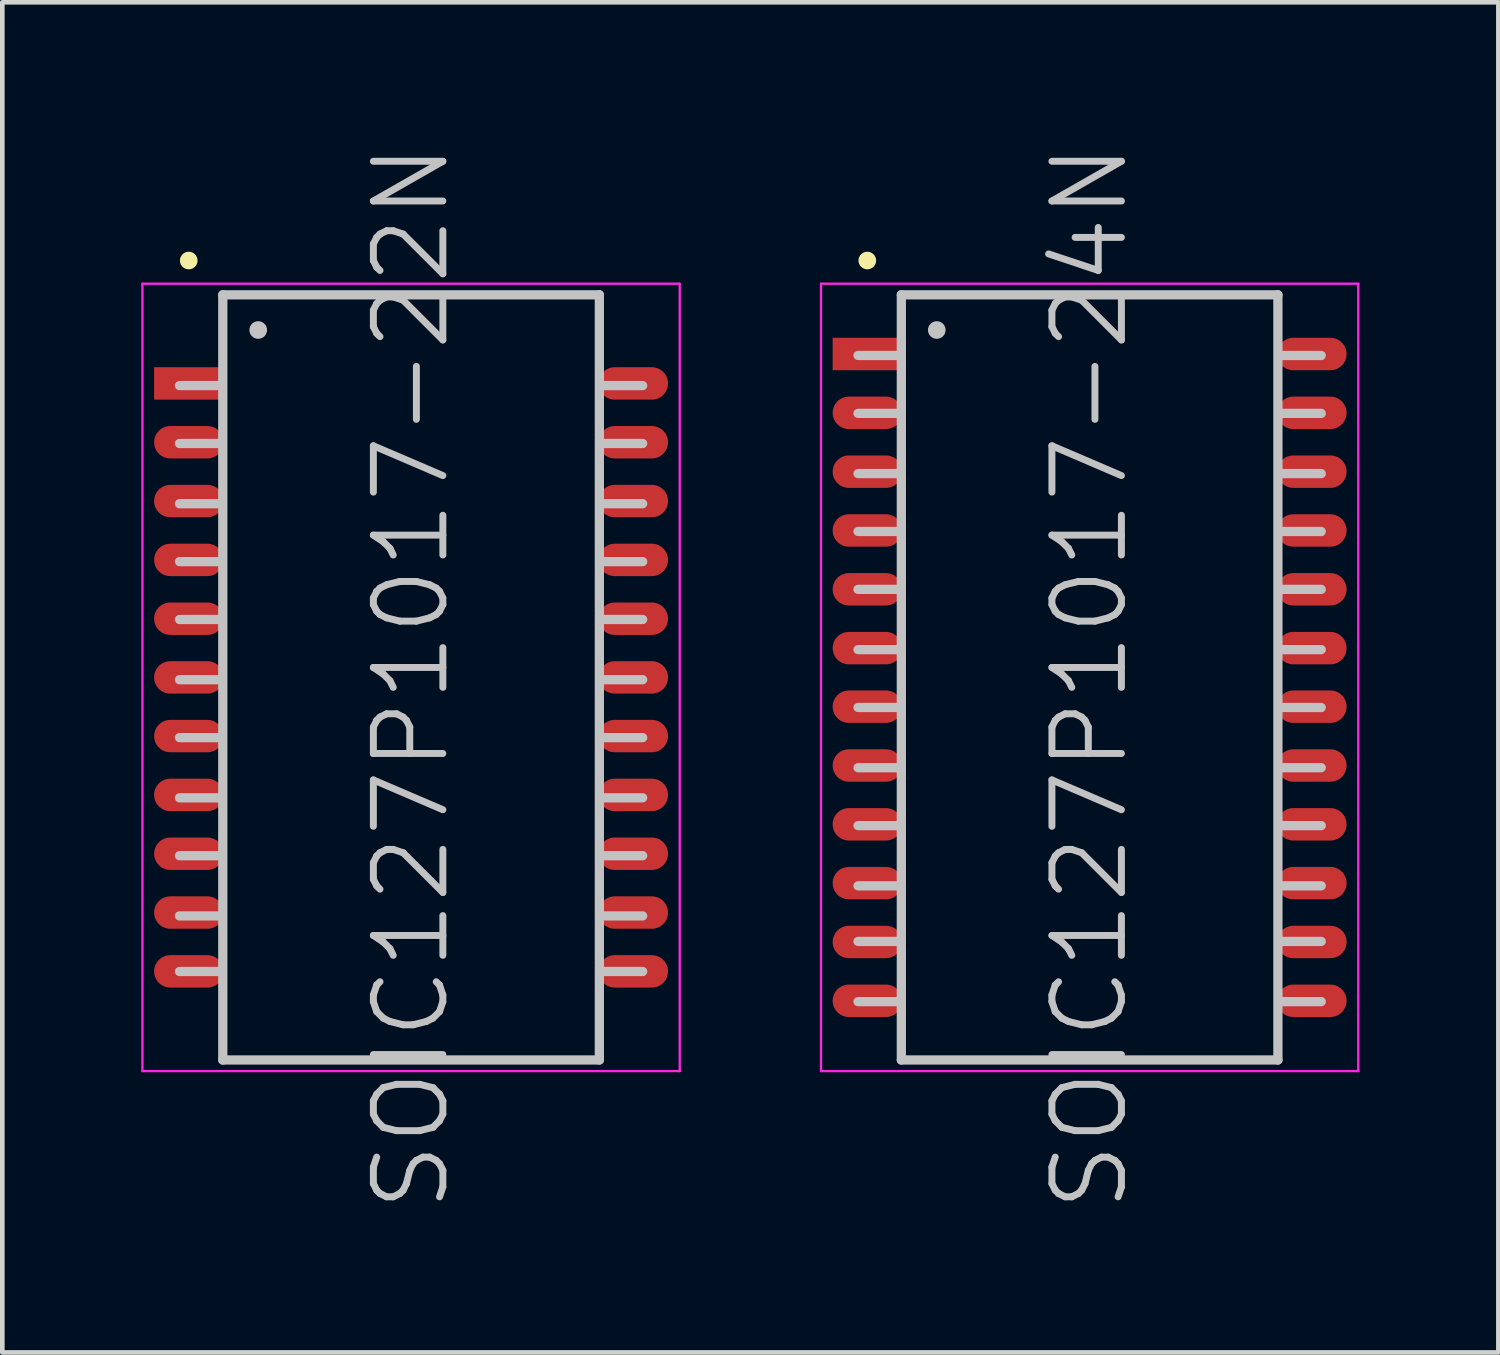
<source format=kicad_pcb>
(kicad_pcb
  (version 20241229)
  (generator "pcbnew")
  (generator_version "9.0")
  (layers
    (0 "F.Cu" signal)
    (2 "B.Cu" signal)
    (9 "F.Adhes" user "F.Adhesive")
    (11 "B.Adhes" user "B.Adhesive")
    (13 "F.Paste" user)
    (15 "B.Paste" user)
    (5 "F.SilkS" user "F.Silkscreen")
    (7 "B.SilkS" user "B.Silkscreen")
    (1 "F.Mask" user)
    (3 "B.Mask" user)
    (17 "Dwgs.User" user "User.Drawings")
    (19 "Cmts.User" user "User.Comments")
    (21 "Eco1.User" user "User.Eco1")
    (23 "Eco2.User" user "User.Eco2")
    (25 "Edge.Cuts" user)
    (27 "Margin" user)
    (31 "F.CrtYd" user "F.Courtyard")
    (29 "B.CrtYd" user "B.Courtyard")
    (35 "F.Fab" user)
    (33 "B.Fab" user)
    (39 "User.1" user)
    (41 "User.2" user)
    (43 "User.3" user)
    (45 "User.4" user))
  (footprint "SOIC127P1017-22N"
    (layer "F.Cu")
    (at 5.825 11.575)
    (property "Reference" "SOIC127P1017-22N" (at 0 0 90) (layer "Dwgs.User") (effects (font (size 1.5 1.5) (thickness 0.15))))
    (attr smd)
    (fp_line (start -4.8 -9) (end -4.8 -9) (stroke (width 0.381) (type solid)) (layer "F.SilkS"))
    (fp_line (start -4.1 -6.3) (end -5 -6.3) (stroke (width 0.2) (type solid)) (layer "Dwgs.User"))
    (fp_line (start -4.1 -5.05) (end -5 -5.05) (stroke (width 0.2) (type solid)) (layer "Dwgs.User"))
    (fp_line (start -4.1 -3.75) (end -5 -3.75) (stroke (width 0.2) (type solid)) (layer "Dwgs.User"))
    (fp_line (start -4.1 -2.5) (end -5 -2.5) (stroke (width 0.2) (type solid)) (layer "Dwgs.User"))
    (fp_line (start -4.1 -1.25) (end -5 -1.25) (stroke (width 0.2) (type solid)) (layer "Dwgs.User"))
    (fp_line (start -4.1 0.05) (end -5 0.05) (stroke (width 0.2) (type solid)) (layer "Dwgs.User"))
    (fp_line (start -4.1 1.3) (end -5 1.3) (stroke (width 0.2) (type solid)) (layer "Dwgs.User"))
    (fp_line (start -4.1 2.6) (end -5 2.6) (stroke (width 0.2) (type solid)) (layer "Dwgs.User"))
    (fp_line (start -4.1 3.85) (end -5 3.85) (stroke (width 0.2) (type solid)) (layer "Dwgs.User"))
    (fp_line (start -4.1 5.15) (end -5 5.15) (stroke (width 0.2) (type solid)) (layer "Dwgs.User"))
    (fp_line (start -4.1 6.35) (end -5 6.35) (stroke (width 0.2) (type solid)) (layer "Dwgs.User"))
    (fp_line (start -4.065 -8.26) (end -4.065 8.26) (stroke (width 0.2) (type solid)) (layer "Dwgs.User"))
    (fp_line (start -4.065 -8.26) (end 4.065 -8.26) (stroke (width 0.2) (type solid)) (layer "Dwgs.User"))
    (fp_line (start -4.065 8.26) (end 4.065 8.26) (stroke (width 0.2) (type solid)) (layer "Dwgs.User"))
    (fp_line (start -3.3 -7.5) (end -3.3 -7.5) (stroke (width 0.381) (type solid)) (layer "Dwgs.User"))
    (fp_line (start 4.065 -8.26) (end 4.065 8.26) (stroke (width 0.2) (type solid)) (layer "Dwgs.User"))
    (fp_line (start 5 -6.3) (end 4.1 -6.3) (stroke (width 0.2) (type solid)) (layer "Dwgs.User"))
    (fp_line (start 5 -5.05) (end 4.1 -5.05) (stroke (width 0.2) (type solid)) (layer "Dwgs.User"))
    (fp_line (start 5 -3.75) (end 4.1 -3.75) (stroke (width 0.2) (type solid)) (layer "Dwgs.User"))
    (fp_line (start 5 -2.5) (end 4.1 -2.5) (stroke (width 0.2) (type solid)) (layer "Dwgs.User"))
    (fp_line (start 5 -1.25) (end 4.1 -1.25) (stroke (width 0.2) (type solid)) (layer "Dwgs.User"))
    (fp_line (start 5 0.05) (end 4.1 0.05) (stroke (width 0.2) (type solid)) (layer "Dwgs.User"))
    (fp_line (start 5 1.3) (end 4.1 1.3) (stroke (width 0.2) (type solid)) (layer "Dwgs.User"))
    (fp_line (start 5 2.6) (end 4.1 2.6) (stroke (width 0.2) (type solid)) (layer "Dwgs.User"))
    (fp_line (start 5 3.85) (end 4.1 3.85) (stroke (width 0.2) (type solid)) (layer "Dwgs.User"))
    (fp_line (start 5 5.15) (end 4.1 5.15) (stroke (width 0.2) (type solid)) (layer "Dwgs.User"))
    (fp_line (start 5 6.35) (end 4.1 6.35) (stroke (width 0.2) (type solid)) (layer "Dwgs.User"))
    (fp_line (start -5.8 -8.5) (end -5.8 8.5) (stroke (width 0.05) (type solid)) (layer "F.CrtYd"))
    (fp_line (start -5.8 -8.5) (end 5.8 -8.5) (stroke (width 0.05) (type solid)) (layer "F.CrtYd"))
    (fp_line (start -5.8 8.5) (end 5.8 8.5) (stroke (width 0.05) (type solid)) (layer "F.CrtYd"))
    (fp_line (start 5.8 -8.5) (end 5.8 8.5) (stroke (width 0.05) (type solid)) (layer "F.CrtYd"))
    (pad "1" smd rect (at -4.798 -6.347 90) (size 0.7 1.5) (layers "F.Cu" "F.Mask" "F.Paste"))
    (pad "2" smd oval (at -4.798 -5.077 90) (size 0.7 1.5) (layers "F.Cu" "F.Mask" "F.Paste"))
    (pad "3" smd oval (at -4.798 -3.807 90) (size 0.7 1.5) (layers "F.Cu" "F.Mask" "F.Paste"))
    (pad "4" smd oval (at -4.798 -2.537 90) (size 0.7 1.5) (layers "F.Cu" "F.Mask" "F.Paste"))
    (pad "5" smd oval (at -4.798 -1.267 90) (size 0.7 1.5) (layers "F.Cu" "F.Mask" "F.Paste"))
    (pad "6" smd oval (at -4.798 0 90) (size 0.7 1.5) (layers "F.Cu" "F.Mask" "F.Paste"))
    (pad "7" smd oval (at -4.798 1.267 90) (size 0.7 1.5) (layers "F.Cu" "F.Mask" "F.Paste"))
    (pad "8" smd oval (at -4.798 2.537 90) (size 0.7 1.5) (layers "F.Cu" "F.Mask" "F.Paste"))
    (pad "9" smd oval (at -4.798 3.807 90) (size 0.7 1.5) (layers "F.Cu" "F.Mask" "F.Paste"))
    (pad "10" smd oval (at -4.798 5.077 90) (size 0.7 1.5) (layers "F.Cu" "F.Mask" "F.Paste"))
    (pad "11" smd oval (at -4.798 6.347 90) (size 0.7 1.5) (layers "F.Cu" "F.Mask" "F.Paste"))
    (pad "12" smd oval (at 4.798 6.347 270) (size 0.7 1.5) (layers "F.Cu" "F.Mask" "F.Paste"))
    (pad "13" smd oval (at 4.798 5.077 270) (size 0.7 1.5) (layers "F.Cu" "F.Mask" "F.Paste"))
    (pad "14" smd oval (at 4.798 3.807 270) (size 0.7 1.5) (layers "F.Cu" "F.Mask" "F.Paste"))
    (pad "15" smd oval (at 4.798 2.537 270) (size 0.7 1.5) (layers "F.Cu" "F.Mask" "F.Paste"))
    (pad "16" smd oval (at 4.798 1.267 270) (size 0.7 1.5) (layers "F.Cu" "F.Mask" "F.Paste"))
    (pad "17" smd oval (at 4.798 0 270) (size 0.7 1.5) (layers "F.Cu" "F.Mask" "F.Paste"))
    (pad "18" smd oval (at 4.798 -1.267 270) (size 0.7 1.5) (layers "F.Cu" "F.Mask" "F.Paste"))
    (pad "19" smd oval (at 4.798 -2.537 270) (size 0.7 1.5) (layers "F.Cu" "F.Mask" "F.Paste"))
    (pad "20" smd oval (at 4.798 -3.807 270) (size 0.7 1.5) (layers "F.Cu" "F.Mask" "F.Paste"))
    (pad "21" smd oval (at 4.798 -5.077 270) (size 0.7 1.5) (layers "F.Cu" "F.Mask" "F.Paste"))
    (pad "22" smd oval (at 4.798 -6.347 270) (size 0.7 1.5) (layers "F.Cu" "F.Mask" "F.Paste")))
  (footprint "SOIC127P1017-24N"
    (layer "F.Cu")
    (at 20.475 11.575)
    (property "Reference" "SOIC127P1017-24N" (at 0 0 90) (layer "Dwgs.User") (effects (font (size 1.5 1.5) (thickness 0.15))))
    (attr smd)
    (fp_line (start -4.8 -9) (end -4.8 -9) (stroke (width 0.381) (type solid)) (layer "F.SilkS"))
    (fp_line (start -4.1 -6.95) (end -5 -6.95) (stroke (width 0.2) (type solid)) (layer "Dwgs.User"))
    (fp_line (start -4.1 -5.7) (end -5 -5.7) (stroke (width 0.2) (type solid)) (layer "Dwgs.User"))
    (fp_line (start -4.1 -4.4) (end -5 -4.4) (stroke (width 0.2) (type solid)) (layer "Dwgs.User"))
    (fp_line (start -4.1 -3.15) (end -5 -3.15) (stroke (width 0.2) (type solid)) (layer "Dwgs.User"))
    (fp_line (start -4.1 -1.9) (end -5 -1.9) (stroke (width 0.2) (type solid)) (layer "Dwgs.User"))
    (fp_line (start -4.1 -0.6) (end -5 -0.6) (stroke (width 0.2) (type solid)) (layer "Dwgs.User"))
    (fp_line (start -4.1 0.65) (end -5 0.65) (stroke (width 0.2) (type solid)) (layer "Dwgs.User"))
    (fp_line (start -4.1 1.95) (end -5 1.95) (stroke (width 0.2) (type solid)) (layer "Dwgs.User"))
    (fp_line (start -4.1 3.2) (end -5 3.2) (stroke (width 0.2) (type solid)) (layer "Dwgs.User"))
    (fp_line (start -4.1 4.5) (end -5 4.5) (stroke (width 0.2) (type solid)) (layer "Dwgs.User"))
    (fp_line (start -4.1 5.7) (end -5 5.7) (stroke (width 0.2) (type solid)) (layer "Dwgs.User"))
    (fp_line (start -4.1 7) (end -5 7) (stroke (width 0.2) (type solid)) (layer "Dwgs.User"))
    (fp_line (start -4.065 -8.26) (end -4.065 8.26) (stroke (width 0.2) (type solid)) (layer "Dwgs.User"))
    (fp_line (start -4.065 -8.26) (end 4.065 -8.26) (stroke (width 0.2) (type solid)) (layer "Dwgs.User"))
    (fp_line (start -4.065 8.26) (end 4.065 8.26) (stroke (width 0.2) (type solid)) (layer "Dwgs.User"))
    (fp_line (start -3.3 -7.5) (end -3.3 -7.5) (stroke (width 0.381) (type solid)) (layer "Dwgs.User"))
    (fp_line (start 4.065 -8.26) (end 4.065 8.26) (stroke (width 0.2) (type solid)) (layer "Dwgs.User"))
    (fp_line (start 5 -6.95) (end 4.1 -6.95) (stroke (width 0.2) (type solid)) (layer "Dwgs.User"))
    (fp_line (start 5 -5.7) (end 4.1 -5.7) (stroke (width 0.2) (type solid)) (layer "Dwgs.User"))
    (fp_line (start 5 -4.4) (end 4.1 -4.4) (stroke (width 0.2) (type solid)) (layer "Dwgs.User"))
    (fp_line (start 5 -3.15) (end 4.1 -3.15) (stroke (width 0.2) (type solid)) (layer "Dwgs.User"))
    (fp_line (start 5 -1.9) (end 4.1 -1.9) (stroke (width 0.2) (type solid)) (layer "Dwgs.User"))
    (fp_line (start 5 -0.6) (end 4.1 -0.6) (stroke (width 0.2) (type solid)) (layer "Dwgs.User"))
    (fp_line (start 5 0.65) (end 4.1 0.65) (stroke (width 0.2) (type solid)) (layer "Dwgs.User"))
    (fp_line (start 5 1.95) (end 4.1 1.95) (stroke (width 0.2) (type solid)) (layer "Dwgs.User"))
    (fp_line (start 5 3.2) (end 4.1 3.2) (stroke (width 0.2) (type solid)) (layer "Dwgs.User"))
    (fp_line (start 5 4.5) (end 4.1 4.5) (stroke (width 0.2) (type solid)) (layer "Dwgs.User"))
    (fp_line (start 5 5.7) (end 4.1 5.7) (stroke (width 0.2) (type solid)) (layer "Dwgs.User"))
    (fp_line (start 5 7) (end 4.1 7) (stroke (width 0.2) (type solid)) (layer "Dwgs.User"))
    (fp_line (start -5.8 -8.5) (end -5.8 8.5) (stroke (width 0.05) (type solid)) (layer "F.CrtYd"))
    (fp_line (start -5.8 -8.5) (end 5.8 -8.5) (stroke (width 0.05) (type solid)) (layer "F.CrtYd"))
    (fp_line (start -5.8 8.5) (end 5.8 8.5) (stroke (width 0.05) (type solid)) (layer "F.CrtYd"))
    (fp_line (start 5.8 -8.5) (end 5.8 8.5) (stroke (width 0.05) (type solid)) (layer "F.CrtYd"))
    (pad "1" smd rect (at -4.798 -6.982 90) (size 0.7 1.5) (layers "F.Cu" "F.Mask" "F.Paste"))
    (pad "2" smd oval (at -4.798 -5.712 90) (size 0.7 1.5) (layers "F.Cu" "F.Mask" "F.Paste"))
    (pad "3" smd oval (at -4.798 -4.442 90) (size 0.7 1.5) (layers "F.Cu" "F.Mask" "F.Paste"))
    (pad "4" smd oval (at -4.798 -3.172 90) (size 0.7 1.5) (layers "F.Cu" "F.Mask" "F.Paste"))
    (pad "5" smd oval (at -4.798 -1.902 90) (size 0.7 1.5) (layers "F.Cu" "F.Mask" "F.Paste"))
    (pad "6" smd oval (at -4.798 -0.632 90) (size 0.7 1.5) (layers "F.Cu" "F.Mask" "F.Paste"))
    (pad "7" smd oval (at -4.798 0.632 90) (size 0.7 1.5) (layers "F.Cu" "F.Mask" "F.Paste"))
    (pad "8" smd oval (at -4.798 1.902 90) (size 0.7 1.5) (layers "F.Cu" "F.Mask" "F.Paste"))
    (pad "9" smd oval (at -4.798 3.172 90) (size 0.7 1.5) (layers "F.Cu" "F.Mask" "F.Paste"))
    (pad "10" smd oval (at -4.798 4.442 90) (size 0.7 1.5) (layers "F.Cu" "F.Mask" "F.Paste"))
    (pad "11" smd oval (at -4.798 5.712 90) (size 0.7 1.5) (layers "F.Cu" "F.Mask" "F.Paste"))
    (pad "12" smd oval (at -4.798 6.982 90) (size 0.7 1.5) (layers "F.Cu" "F.Mask" "F.Paste"))
    (pad "13" smd oval (at 4.798 6.982 270) (size 0.7 1.5) (layers "F.Cu" "F.Mask" "F.Paste"))
    (pad "14" smd oval (at 4.798 5.712 270) (size 0.7 1.5) (layers "F.Cu" "F.Mask" "F.Paste"))
    (pad "15" smd oval (at 4.798 4.442 270) (size 0.7 1.5) (layers "F.Cu" "F.Mask" "F.Paste"))
    (pad "16" smd oval (at 4.798 3.172 270) (size 0.7 1.5) (layers "F.Cu" "F.Mask" "F.Paste"))
    (pad "17" smd oval (at 4.798 1.902 270) (size 0.7 1.5) (layers "F.Cu" "F.Mask" "F.Paste"))
    (pad "18" smd oval (at 4.798 0.632 270) (size 0.7 1.5) (layers "F.Cu" "F.Mask" "F.Paste"))
    (pad "19" smd oval (at 4.798 -0.632 270) (size 0.7 1.5) (layers "F.Cu" "F.Mask" "F.Paste"))
    (pad "20" smd oval (at 4.798 -1.902 270) (size 0.7 1.5) (layers "F.Cu" "F.Mask" "F.Paste"))
    (pad "21" smd oval (at 4.798 -3.172 270) (size 0.7 1.5) (layers "F.Cu" "F.Mask" "F.Paste"))
    (pad "22" smd oval (at 4.798 -4.442 270) (size 0.7 1.5) (layers "F.Cu" "F.Mask" "F.Paste"))
    (pad "23" smd oval (at 4.798 -5.712 270) (size 0.7 1.5) (layers "F.Cu" "F.Mask" "F.Paste"))
    (pad "24" smd oval (at 4.798 -6.982 270) (size 0.7 1.5) (layers "F.Cu" "F.Mask" "F.Paste")))
  (gr_rect
    (start -3 -3)
    (end 29.3 26.15)
    (stroke (width 0.1) (type default))
    (fill no)
    (layer "Edge.Cuts")))
</source>
